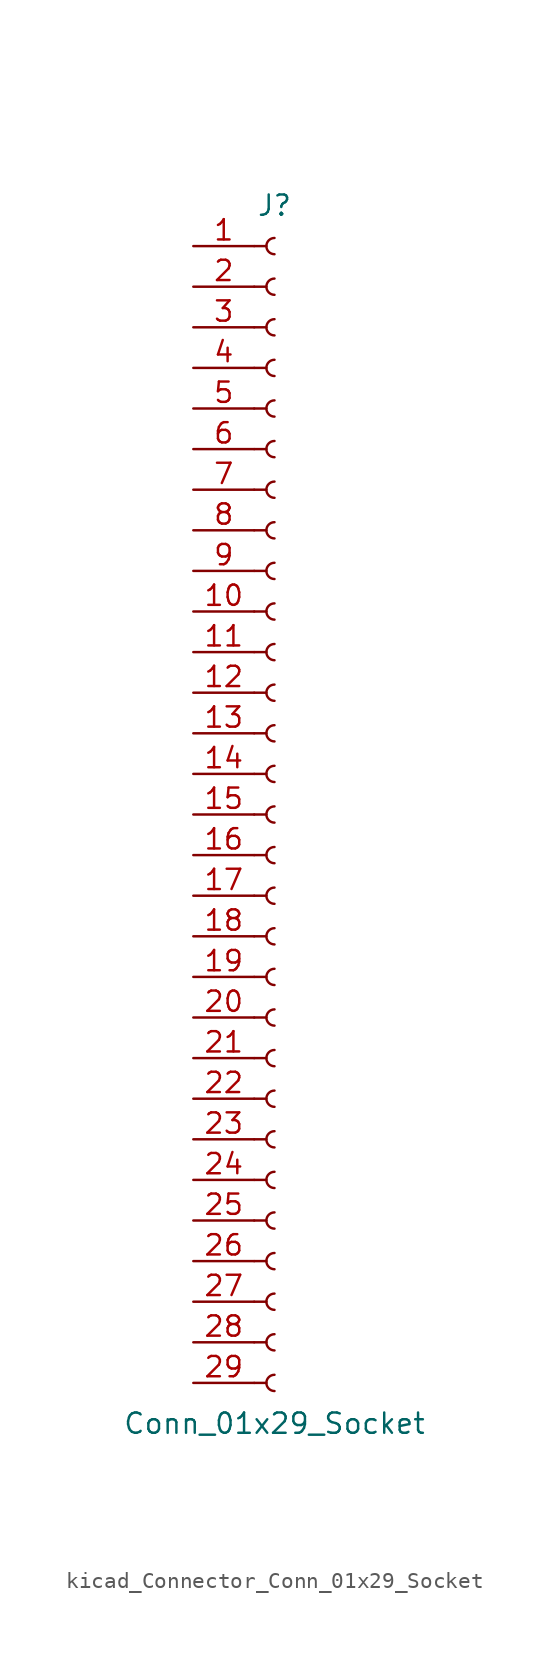
<source format=kicad_sym>
(kicad_symbol_lib
  (version 20220914)
  (generator kicad_symbol_editor)
  (symbol "kicad_Connector_Conn_01x29_Socket"
    (pin_names
      (offset 1.016) hide)
    (property "Reference" "J"
      (at 0 38.1 0)
      (effects (font (size 1.27 1.27))))
    (property "Value" "Conn_01x29_Socket"
      (at 0 -38.1 0)
      (effects (font (size 1.27 1.27))))
    (property "ki_locked" ""
      (at 0 0 0)
      (effects (font (size 1.27 1.27))))
    (symbol "kicad_Connector_Conn_01x29_Socket_1_1"
      (arc (start 0 -35.052) (mid -0.5058 -35.56) (end 0 -36.068) (stroke (width 0.1524) (type default)) (fill (type none)))
      (arc (start 0 -32.512) (mid -0.5058 -33.02) (end 0 -33.528) (stroke (width 0.1524) (type default)) (fill (type none)))
      (arc (start 0 -29.972) (mid -0.5058 -30.48) (end 0 -30.988) (stroke (width 0.1524) (type default)) (fill (type none)))
      (arc (start 0 -27.432) (mid -0.5058 -27.94) (end 0 -28.448) (stroke (width 0.1524) (type default)) (fill (type none)))
      (arc (start 0 -24.892) (mid -0.5058 -25.4) (end 0 -25.908) (stroke (width 0.1524) (type default)) (fill (type none)))
      (arc (start 0 -22.352) (mid -0.5058 -22.86) (end 0 -23.368) (stroke (width 0.1524) (type default)) (fill (type none)))
      (arc (start 0 -19.812) (mid -0.5058 -20.32) (end 0 -20.828) (stroke (width 0.1524) (type default)) (fill (type none)))
      (arc (start 0 -17.272) (mid -0.5058 -17.78) (end 0 -18.288) (stroke (width 0.1524) (type default)) (fill (type none)))
      (arc (start 0 -14.732) (mid -0.5058 -15.24) (end 0 -15.748) (stroke (width 0.1524) (type default)) (fill (type none)))
      (arc (start 0 -12.192) (mid -0.5058 -12.7) (end 0 -13.208) (stroke (width 0.1524) (type default)) (fill (type none)))
      (arc (start 0 -9.652) (mid -0.5058 -10.16) (end 0 -10.668) (stroke (width 0.1524) (type default)) (fill (type none)))
      (arc (start 0 -7.112) (mid -0.5058 -7.62) (end 0 -8.128) (stroke (width 0.1524) (type default)) (fill (type none)))
      (arc (start 0 -4.572) (mid -0.5058 -5.08) (end 0 -5.588) (stroke (width 0.1524) (type default)) (fill (type none)))
      (arc (start 0 -2.032) (mid -0.5058 -2.54) (end 0 -3.048) (stroke (width 0.1524) (type default)) (fill (type none)))
      (polyline (pts (xy -1.27 -35.56) (xy -0.508 -35.56)) (stroke (width 0.152) (type default)) (fill (type none)))
      (polyline (pts (xy -1.27 -33.02) (xy -0.508 -33.02)) (stroke (width 0.152) (type default)) (fill (type none)))
      (polyline (pts (xy -1.27 -30.48) (xy -0.508 -30.48)) (stroke (width 0.152) (type default)) (fill (type none)))
      (polyline (pts (xy -1.27 -27.94) (xy -0.508 -27.94)) (stroke (width 0.152) (type default)) (fill (type none)))
      (polyline (pts (xy -1.27 -25.4) (xy -0.508 -25.4)) (stroke (width 0.152) (type default)) (fill (type none)))
      (polyline (pts (xy -1.27 -22.86) (xy -0.508 -22.86)) (stroke (width 0.152) (type default)) (fill (type none)))
      (polyline (pts (xy -1.27 -20.32) (xy -0.508 -20.32)) (stroke (width 0.152) (type default)) (fill (type none)))
      (polyline (pts (xy -1.27 -17.78) (xy -0.508 -17.78)) (stroke (width 0.152) (type default)) (fill (type none)))
      (polyline (pts (xy -1.27 -15.24) (xy -0.508 -15.24)) (stroke (width 0.152) (type default)) (fill (type none)))
      (polyline (pts (xy -1.27 -12.7) (xy -0.508 -12.7)) (stroke (width 0.152) (type default)) (fill (type none)))
      (polyline (pts (xy -1.27 -10.16) (xy -0.508 -10.16)) (stroke (width 0.152) (type default)) (fill (type none)))
      (polyline (pts (xy -1.27 -7.62) (xy -0.508 -7.62)) (stroke (width 0.152) (type default)) (fill (type none)))
      (polyline (pts (xy -1.27 -5.08) (xy -0.508 -5.08)) (stroke (width 0.152) (type default)) (fill (type none)))
      (polyline (pts (xy -1.27 -2.54) (xy -0.508 -2.54)) (stroke (width 0.152) (type default)) (fill (type none)))
      (polyline (pts (xy -1.27 0) (xy -0.508 0)) (stroke (width 0.152) (type default)) (fill (type none)))
      (polyline (pts (xy -1.27 2.54) (xy -0.508 2.54)) (stroke (width 0.152) (type default)) (fill (type none)))
      (polyline (pts (xy -1.27 5.08) (xy -0.508 5.08)) (stroke (width 0.152) (type default)) (fill (type none)))
      (polyline (pts (xy -1.27 7.62) (xy -0.508 7.62)) (stroke (width 0.152) (type default)) (fill (type none)))
      (polyline (pts (xy -1.27 10.16) (xy -0.508 10.16)) (stroke (width 0.152) (type default)) (fill (type none)))
      (polyline (pts (xy -1.27 12.7) (xy -0.508 12.7)) (stroke (width 0.152) (type default)) (fill (type none)))
      (polyline (pts (xy -1.27 15.24) (xy -0.508 15.24)) (stroke (width 0.152) (type default)) (fill (type none)))
      (polyline (pts (xy -1.27 17.78) (xy -0.508 17.78)) (stroke (width 0.152) (type default)) (fill (type none)))
      (polyline (pts (xy -1.27 20.32) (xy -0.508 20.32)) (stroke (width 0.152) (type default)) (fill (type none)))
      (polyline (pts (xy -1.27 22.86) (xy -0.508 22.86)) (stroke (width 0.152) (type default)) (fill (type none)))
      (polyline (pts (xy -1.27 25.4) (xy -0.508 25.4)) (stroke (width 0.152) (type default)) (fill (type none)))
      (polyline (pts (xy -1.27 27.94) (xy -0.508 27.94)) (stroke (width 0.152) (type default)) (fill (type none)))
      (polyline (pts (xy -1.27 30.48) (xy -0.508 30.48)) (stroke (width 0.152) (type default)) (fill (type none)))
      (polyline (pts (xy -1.27 33.02) (xy -0.508 33.02)) (stroke (width 0.152) (type default)) (fill (type none)))
      (polyline (pts (xy -1.27 35.56) (xy -0.508 35.56)) (stroke (width 0.152) (type default)) (fill (type none)))
      (arc (start 0 0.508) (mid -0.5058 0) (end 0 -0.508) (stroke (width 0.1524) (type default)) (fill (type none)))
      (arc (start 0 3.048) (mid -0.5058 2.54) (end 0 2.032) (stroke (width 0.1524) (type default)) (fill (type none)))
      (arc (start 0 5.588) (mid -0.5058 5.08) (end 0 4.572) (stroke (width 0.1524) (type default)) (fill (type none)))
      (arc (start 0 8.128) (mid -0.5058 7.62) (end 0 7.112) (stroke (width 0.1524) (type default)) (fill (type none)))
      (arc (start 0 10.668) (mid -0.5058 10.16) (end 0 9.652) (stroke (width 0.1524) (type default)) (fill (type none)))
      (arc (start 0 13.208) (mid -0.5058 12.7) (end 0 12.192) (stroke (width 0.1524) (type default)) (fill (type none)))
      (arc (start 0 15.748) (mid -0.5058 15.24) (end 0 14.732) (stroke (width 0.1524) (type default)) (fill (type none)))
      (arc (start 0 18.288) (mid -0.5058 17.78) (end 0 17.272) (stroke (width 0.1524) (type default)) (fill (type none)))
      (arc (start 0 20.828) (mid -0.5058 20.32) (end 0 19.812) (stroke (width 0.1524) (type default)) (fill (type none)))
      (arc (start 0 23.368) (mid -0.5058 22.86) (end 0 22.352) (stroke (width 0.1524) (type default)) (fill (type none)))
      (arc (start 0 25.908) (mid -0.5058 25.4) (end 0 24.892) (stroke (width 0.1524) (type default)) (fill (type none)))
      (arc (start 0 28.448) (mid -0.5058 27.94) (end 0 27.432) (stroke (width 0.1524) (type default)) (fill (type none)))
      (arc (start 0 30.988) (mid -0.5058 30.48) (end 0 29.972) (stroke (width 0.1524) (type default)) (fill (type none)))
      (arc (start 0 33.528) (mid -0.5058 33.02) (end 0 32.512) (stroke (width 0.1524) (type default)) (fill (type none)))
      (arc (start 0 36.068) (mid -0.5058 35.56) (end 0 35.052) (stroke (width 0.1524) (type default)) (fill (type none)))
      (pin passive line (at -5.08 35.56 0) (length 3.81) (name "Pin_1" (effects (font (size 1.27 1.27)))) (number "1" (effects (font (size 1.27 1.27)))))
      (pin passive line (at -5.08 12.7 0) (length 3.81) (name "Pin_10" (effects (font (size 1.27 1.27)))) (number "10" (effects (font (size 1.27 1.27)))))
      (pin passive line (at -5.08 10.16 0) (length 3.81) (name "Pin_11" (effects (font (size 1.27 1.27)))) (number "11" (effects (font (size 1.27 1.27)))))
      (pin passive line (at -5.08 7.62 0) (length 3.81) (name "Pin_12" (effects (font (size 1.27 1.27)))) (number "12" (effects (font (size 1.27 1.27)))))
      (pin passive line (at -5.08 5.08 0) (length 3.81) (name "Pin_13" (effects (font (size 1.27 1.27)))) (number "13" (effects (font (size 1.27 1.27)))))
      (pin passive line (at -5.08 2.54 0) (length 3.81) (name "Pin_14" (effects (font (size 1.27 1.27)))) (number "14" (effects (font (size 1.27 1.27)))))
      (pin passive line (at -5.08 0 0) (length 3.81) (name "Pin_15" (effects (font (size 1.27 1.27)))) (number "15" (effects (font (size 1.27 1.27)))))
      (pin passive line (at -5.08 -2.54 0) (length 3.81) (name "Pin_16" (effects (font (size 1.27 1.27)))) (number "16" (effects (font (size 1.27 1.27)))))
      (pin passive line (at -5.08 -5.08 0) (length 3.81) (name "Pin_17" (effects (font (size 1.27 1.27)))) (number "17" (effects (font (size 1.27 1.27)))))
      (pin passive line (at -5.08 -7.62 0) (length 3.81) (name "Pin_18" (effects (font (size 1.27 1.27)))) (number "18" (effects (font (size 1.27 1.27)))))
      (pin passive line (at -5.08 -10.16 0) (length 3.81) (name "Pin_19" (effects (font (size 1.27 1.27)))) (number "19" (effects (font (size 1.27 1.27)))))
      (pin passive line (at -5.08 33.02 0) (length 3.81) (name "Pin_2" (effects (font (size 1.27 1.27)))) (number "2" (effects (font (size 1.27 1.27)))))
      (pin passive line (at -5.08 -12.7 0) (length 3.81) (name "Pin_20" (effects (font (size 1.27 1.27)))) (number "20" (effects (font (size 1.27 1.27)))))
      (pin passive line (at -5.08 -15.24 0) (length 3.81) (name "Pin_21" (effects (font (size 1.27 1.27)))) (number "21" (effects (font (size 1.27 1.27)))))
      (pin passive line (at -5.08 -17.78 0) (length 3.81) (name "Pin_22" (effects (font (size 1.27 1.27)))) (number "22" (effects (font (size 1.27 1.27)))))
      (pin passive line (at -5.08 -20.32 0) (length 3.81) (name "Pin_23" (effects (font (size 1.27 1.27)))) (number "23" (effects (font (size 1.27 1.27)))))
      (pin passive line (at -5.08 -22.86 0) (length 3.81) (name "Pin_24" (effects (font (size 1.27 1.27)))) (number "24" (effects (font (size 1.27 1.27)))))
      (pin passive line (at -5.08 -25.4 0) (length 3.81) (name "Pin_25" (effects (font (size 1.27 1.27)))) (number "25" (effects (font (size 1.27 1.27)))))
      (pin passive line (at -5.08 -27.94 0) (length 3.81) (name "Pin_26" (effects (font (size 1.27 1.27)))) (number "26" (effects (font (size 1.27 1.27)))))
      (pin passive line (at -5.08 -30.48 0) (length 3.81) (name "Pin_27" (effects (font (size 1.27 1.27)))) (number "27" (effects (font (size 1.27 1.27)))))
      (pin passive line (at -5.08 -33.02 0) (length 3.81) (name "Pin_28" (effects (font (size 1.27 1.27)))) (number "28" (effects (font (size 1.27 1.27)))))
      (pin passive line (at -5.08 -35.56 0) (length 3.81) (name "Pin_29" (effects (font (size 1.27 1.27)))) (number "29" (effects (font (size 1.27 1.27)))))
      (pin passive line (at -5.08 30.48 0) (length 3.81) (name "Pin_3" (effects (font (size 1.27 1.27)))) (number "3" (effects (font (size 1.27 1.27)))))
      (pin passive line (at -5.08 27.94 0) (length 3.81) (name "Pin_4" (effects (font (size 1.27 1.27)))) (number "4" (effects (font (size 1.27 1.27)))))
      (pin passive line (at -5.08 25.4 0) (length 3.81) (name "Pin_5" (effects (font (size 1.27 1.27)))) (number "5" (effects (font (size 1.27 1.27)))))
      (pin passive line (at -5.08 22.86 0) (length 3.81) (name "Pin_6" (effects (font (size 1.27 1.27)))) (number "6" (effects (font (size 1.27 1.27)))))
      (pin passive line (at -5.08 20.32 0) (length 3.81) (name "Pin_7" (effects (font (size 1.27 1.27)))) (number "7" (effects (font (size 1.27 1.27)))))
      (pin passive line (at -5.08 17.78 0) (length 3.81) (name "Pin_8" (effects (font (size 1.27 1.27)))) (number "8" (effects (font (size 1.27 1.27)))))
      (pin passive line (at -5.08 15.24 0) (length 3.81) (name "Pin_9" (effects (font (size 1.27 1.27)))) (number "9" (effects (font (size 1.27 1.27))))))))
</source>
